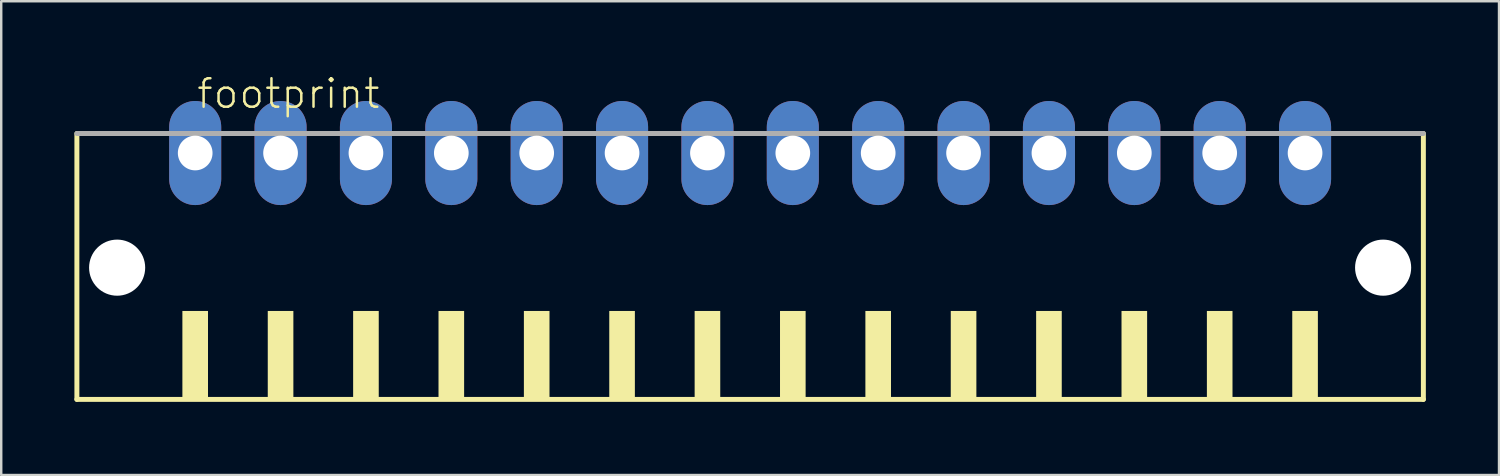
<source format=kicad_pcb>
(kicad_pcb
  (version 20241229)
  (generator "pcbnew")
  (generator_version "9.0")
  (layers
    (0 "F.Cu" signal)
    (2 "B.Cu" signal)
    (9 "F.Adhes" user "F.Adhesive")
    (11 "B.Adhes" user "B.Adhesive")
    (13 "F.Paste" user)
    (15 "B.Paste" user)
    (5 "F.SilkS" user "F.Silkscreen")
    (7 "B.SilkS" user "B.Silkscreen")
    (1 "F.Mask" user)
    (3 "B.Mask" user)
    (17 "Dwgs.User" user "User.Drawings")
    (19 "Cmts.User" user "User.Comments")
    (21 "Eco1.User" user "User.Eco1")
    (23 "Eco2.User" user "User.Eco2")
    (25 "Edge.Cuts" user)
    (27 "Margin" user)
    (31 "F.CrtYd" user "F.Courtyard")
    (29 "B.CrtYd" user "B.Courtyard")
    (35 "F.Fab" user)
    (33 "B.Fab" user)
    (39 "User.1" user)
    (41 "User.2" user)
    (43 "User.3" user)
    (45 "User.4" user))
  (footprint "footprint"
    (layer "F.Cu")
    (at 27.702 8.473)
    (property "Reference" "footprint" (at -22.75 -7 0) (layer "F.SilkS") (effects (font (size 1.168 1.168) (thickness 0.102)) (justify left bottom)))
    (fp_line (start -27.6 -6.05) (end -27.6 4.85) (stroke (width 0.203) (type solid)) (layer "F.SilkS"))
    (fp_line (start -27.6 4.85) (end 27.6 4.85) (stroke (width 0.203) (type solid)) (layer "F.SilkS"))
    (fp_line (start 27.6 4.85) (end 27.6 -6.05) (stroke (width 0.203) (type solid)) (layer "F.SilkS"))
    (fp_poly (pts (xy -23.275 4.9) (xy -22.225 4.9) (xy -22.225 1.225) (xy -23.275 1.225)) (stroke (width 0) (type solid)) (fill yes) (layer "F.SilkS"))
    (fp_poly (pts (xy -19.775 4.9) (xy -18.725 4.9) (xy -18.725 1.225) (xy -19.775 1.225)) (stroke (width 0) (type solid)) (fill yes) (layer "F.SilkS"))
    (fp_poly (pts (xy -16.275 4.9) (xy -15.225 4.9) (xy -15.225 1.225) (xy -16.275 1.225)) (stroke (width 0) (type solid)) (fill yes) (layer "F.SilkS"))
    (fp_poly (pts (xy -12.775 4.9) (xy -11.725 4.9) (xy -11.725 1.225) (xy -12.775 1.225)) (stroke (width 0) (type solid)) (fill yes) (layer "F.SilkS"))
    (fp_poly (pts (xy -9.275 4.9) (xy -8.225 4.9) (xy -8.225 1.225) (xy -9.275 1.225)) (stroke (width 0) (type solid)) (fill yes) (layer "F.SilkS"))
    (fp_poly (pts (xy -5.775 4.9) (xy -4.725 4.9) (xy -4.725 1.225) (xy -5.775 1.225)) (stroke (width 0) (type solid)) (fill yes) (layer "F.SilkS"))
    (fp_poly (pts (xy -2.275 4.9) (xy -1.225 4.9) (xy -1.225 1.225) (xy -2.275 1.225)) (stroke (width 0) (type solid)) (fill yes) (layer "F.SilkS"))
    (fp_poly (pts (xy 1.225 4.9) (xy 2.275 4.9) (xy 2.275 1.225) (xy 1.225 1.225)) (stroke (width 0) (type solid)) (fill yes) (layer "F.SilkS"))
    (fp_poly (pts (xy 4.725 4.9) (xy 5.775 4.9) (xy 5.775 1.225) (xy 4.725 1.225)) (stroke (width 0) (type solid)) (fill yes) (layer "F.SilkS"))
    (fp_poly (pts (xy 8.225 4.9) (xy 9.275 4.9) (xy 9.275 1.225) (xy 8.225 1.225)) (stroke (width 0) (type solid)) (fill yes) (layer "F.SilkS"))
    (fp_poly (pts (xy 11.725 4.9) (xy 12.775 4.9) (xy 12.775 1.225) (xy 11.725 1.225)) (stroke (width 0) (type solid)) (fill yes) (layer "F.SilkS"))
    (fp_poly (pts (xy 15.225 4.9) (xy 16.275 4.9) (xy 16.275 1.225) (xy 15.225 1.225)) (stroke (width 0) (type solid)) (fill yes) (layer "F.SilkS"))
    (fp_poly (pts (xy 18.725 4.9) (xy 19.775 4.9) (xy 19.775 1.225) (xy 18.725 1.225)) (stroke (width 0) (type solid)) (fill yes) (layer "F.SilkS"))
    (fp_poly (pts (xy 22.225 4.9) (xy 23.275 4.9) (xy 23.275 1.225) (xy 22.225 1.225)) (stroke (width 0) (type solid)) (fill yes) (layer "F.SilkS"))
    (fp_line (start 27.6 -6.05) (end -27.6 -6.05) (stroke (width 0.203) (type solid)) (layer "F.Fab"))
    (pad "" np_thru_hole circle (at -25.95 -0.55) (size 2.3 2.3) (drill 2.3) (layers "*.Cu" "*.Mask"))
    (pad "" np_thru_hole circle (at 25.95 -0.55) (size 2.3 2.3) (drill 2.3) (layers "*.Cu" "*.Mask"))
    (pad "1" thru_hole oval (at -22.75 -5.25 90) (size 4.267 2.134) (drill 1.422) (layers "*.Cu" "*.Mask"))
    (pad "2" thru_hole oval (at -19.25 -5.25 90) (size 4.267 2.134) (drill 1.422) (layers "*.Cu" "*.Mask"))
    (pad "3" thru_hole oval (at -15.75 -5.25 90) (size 4.267 2.134) (drill 1.422) (layers "*.Cu" "*.Mask"))
    (pad "4" thru_hole oval (at -12.25 -5.25 90) (size 4.267 2.134) (drill 1.422) (layers "*.Cu" "*.Mask"))
    (pad "5" thru_hole oval (at -8.75 -5.25 90) (size 4.267 2.134) (drill 1.422) (layers "*.Cu" "*.Mask"))
    (pad "6" thru_hole oval (at -5.25 -5.25 90) (size 4.267 2.134) (drill 1.422) (layers "*.Cu" "*.Mask"))
    (pad "7" thru_hole oval (at -1.75 -5.25 90) (size 4.267 2.134) (drill 1.422) (layers "*.Cu" "*.Mask"))
    (pad "8" thru_hole oval (at 1.75 -5.25 90) (size 4.267 2.134) (drill 1.422) (layers "*.Cu" "*.Mask"))
    (pad "9" thru_hole oval (at 5.25 -5.25 90) (size 4.267 2.134) (drill 1.422) (layers "*.Cu" "*.Mask"))
    (pad "10" thru_hole oval (at 8.75 -5.25 90) (size 4.267 2.134) (drill 1.422) (layers "*.Cu" "*.Mask"))
    (pad "11" thru_hole oval (at 12.25 -5.25 90) (size 4.267 2.134) (drill 1.422) (layers "*.Cu" "*.Mask"))
    (pad "12" thru_hole oval (at 15.75 -5.25 90) (size 4.267 2.134) (drill 1.422) (layers "*.Cu" "*.Mask"))
    (pad "13" thru_hole oval (at 19.25 -5.25 90) (size 4.267 2.134) (drill 1.422) (layers "*.Cu" "*.Mask"))
    (pad "14" thru_hole oval (at 22.75 -5.25 90) (size 4.267 2.134) (drill 1.422) (layers "*.Cu" "*.Mask")))
  (gr_rect
    (start -3 -3)
    (end 58.403 16.425)
    (stroke (width 0.1) (type default))
    (fill no)
    (layer "Edge.Cuts")))
</source>
